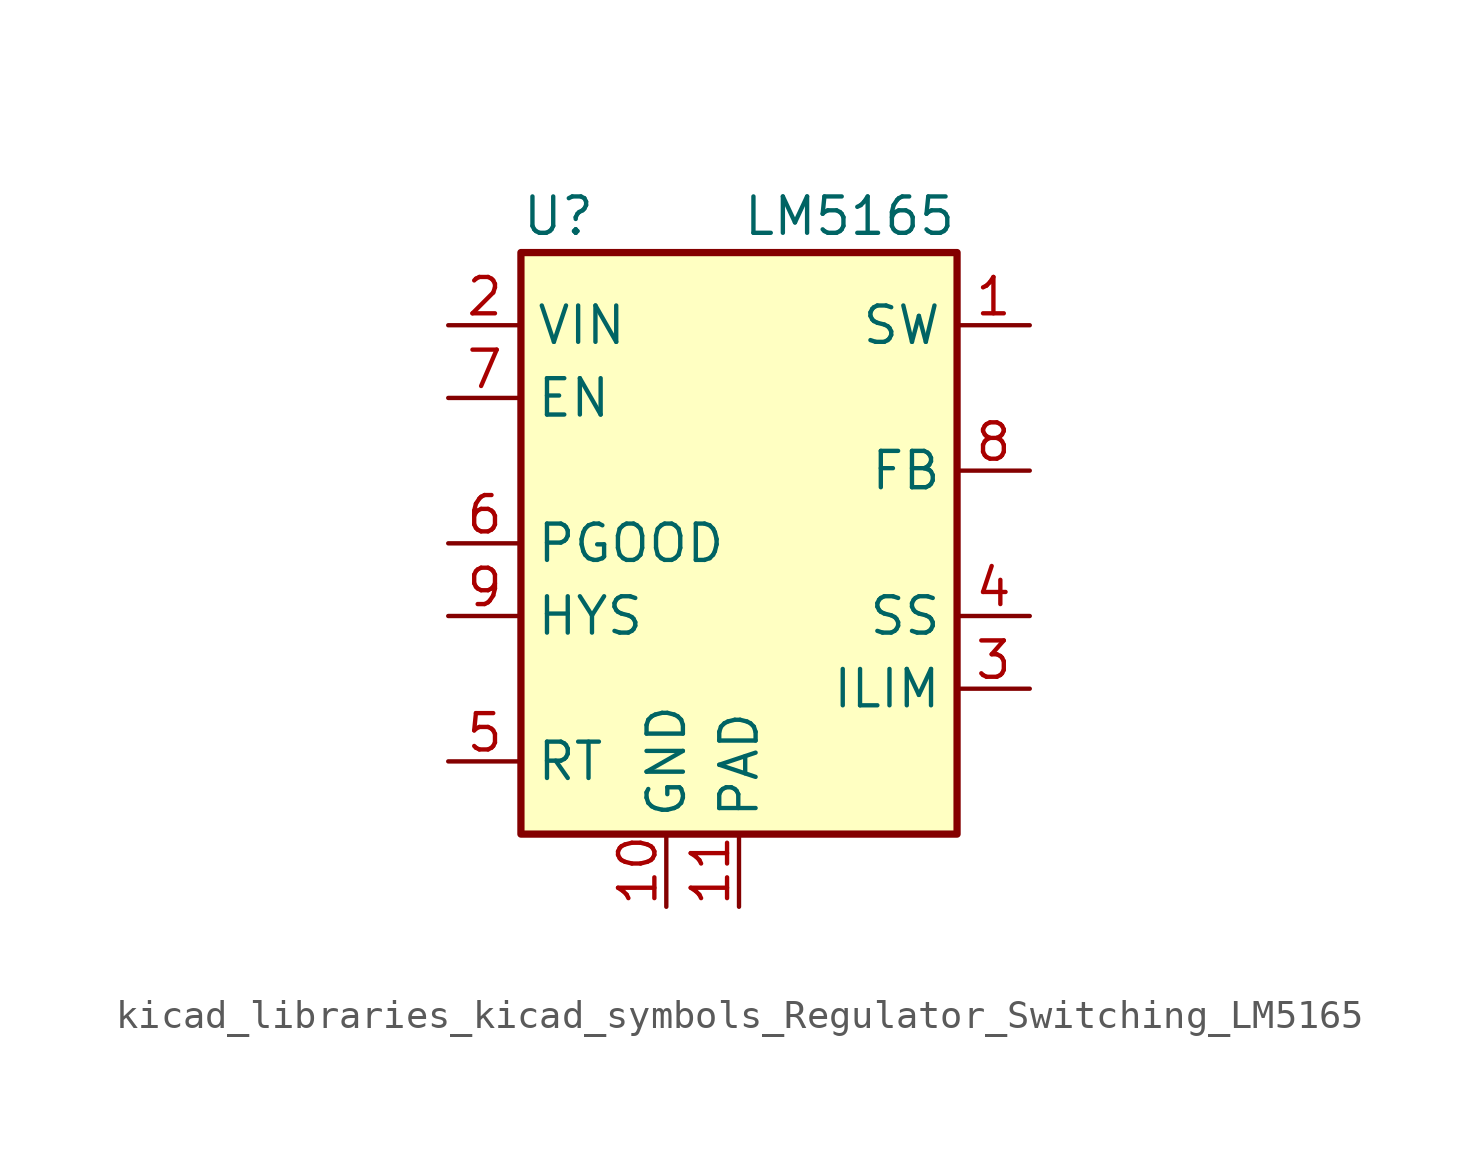
<source format=kicad_sym>
(kicad_symbol_lib
  (version 20220914)
  (generator kicad_symbol_editor)
  (symbol "kicad_libraries_kicad_symbols_Regulator_Switching_LM5165"
    (property "Reference" "U"
      (at -7.62 11.43 0)
      (effects (font (size 1.27 1.27)) (justify left)))
    (property "Value" "LM5165"
      (at 7.62 11.43 0)
      (effects (font (size 1.27 1.27)) (justify right)))
    (symbol "kicad_libraries_kicad_symbols_Regulator_Switching_LM5165_0_1"
      (rectangle (start -7.62 10.16) (end 7.62 -10.16) (stroke (width 0.254) (type default)) (fill (type background))))
    (symbol "kicad_libraries_kicad_symbols_Regulator_Switching_LM5165_1_1"
      (pin power_out line (at 10.16 7.62 180) (length 2.54) (name "SW" (effects (font (size 1.27 1.27)))) (number "1" (effects (font (size 1.27 1.27)))))
      (pin power_in line (at -2.54 -12.7 90) (length 2.54) (name "GND" (effects (font (size 1.27 1.27)))) (number "10" (effects (font (size 1.27 1.27)))))
      (pin power_in line (at 0 -12.7 90) (length 2.54) (name "PAD" (effects (font (size 1.27 1.27)))) (number "11" (effects (font (size 1.27 1.27)))))
      (pin power_in line (at -10.16 7.62 0) (length 2.54) (name "VIN" (effects (font (size 1.27 1.27)))) (number "2" (effects (font (size 1.27 1.27)))))
      (pin input line (at 10.16 -5.08 180) (length 2.54) (name "ILIM" (effects (font (size 1.27 1.27)))) (number "3" (effects (font (size 1.27 1.27)))))
      (pin input line (at 10.16 -2.54 180) (length 2.54) (name "SS" (effects (font (size 1.27 1.27)))) (number "4" (effects (font (size 1.27 1.27)))))
      (pin input line (at -10.16 -7.62 0) (length 2.54) (name "RT" (effects (font (size 1.27 1.27)))) (number "5" (effects (font (size 1.27 1.27)))))
      (pin output line (at -10.16 0 0) (length 2.54) (name "PGOOD" (effects (font (size 1.27 1.27)))) (number "6" (effects (font (size 1.27 1.27)))))
      (pin input line (at -10.16 5.08 0) (length 2.54) (name "EN" (effects (font (size 1.27 1.27)))) (number "7" (effects (font (size 1.27 1.27)))))
      (pin input line (at 10.16 2.54 180) (length 2.54) (name "FB" (effects (font (size 1.27 1.27)))) (number "8" (effects (font (size 1.27 1.27)))))
      (pin output line (at -10.16 -2.54 0) (length 2.54) (name "HYS" (effects (font (size 1.27 1.27)))) (number "9" (effects (font (size 1.27 1.27))))))))
</source>
